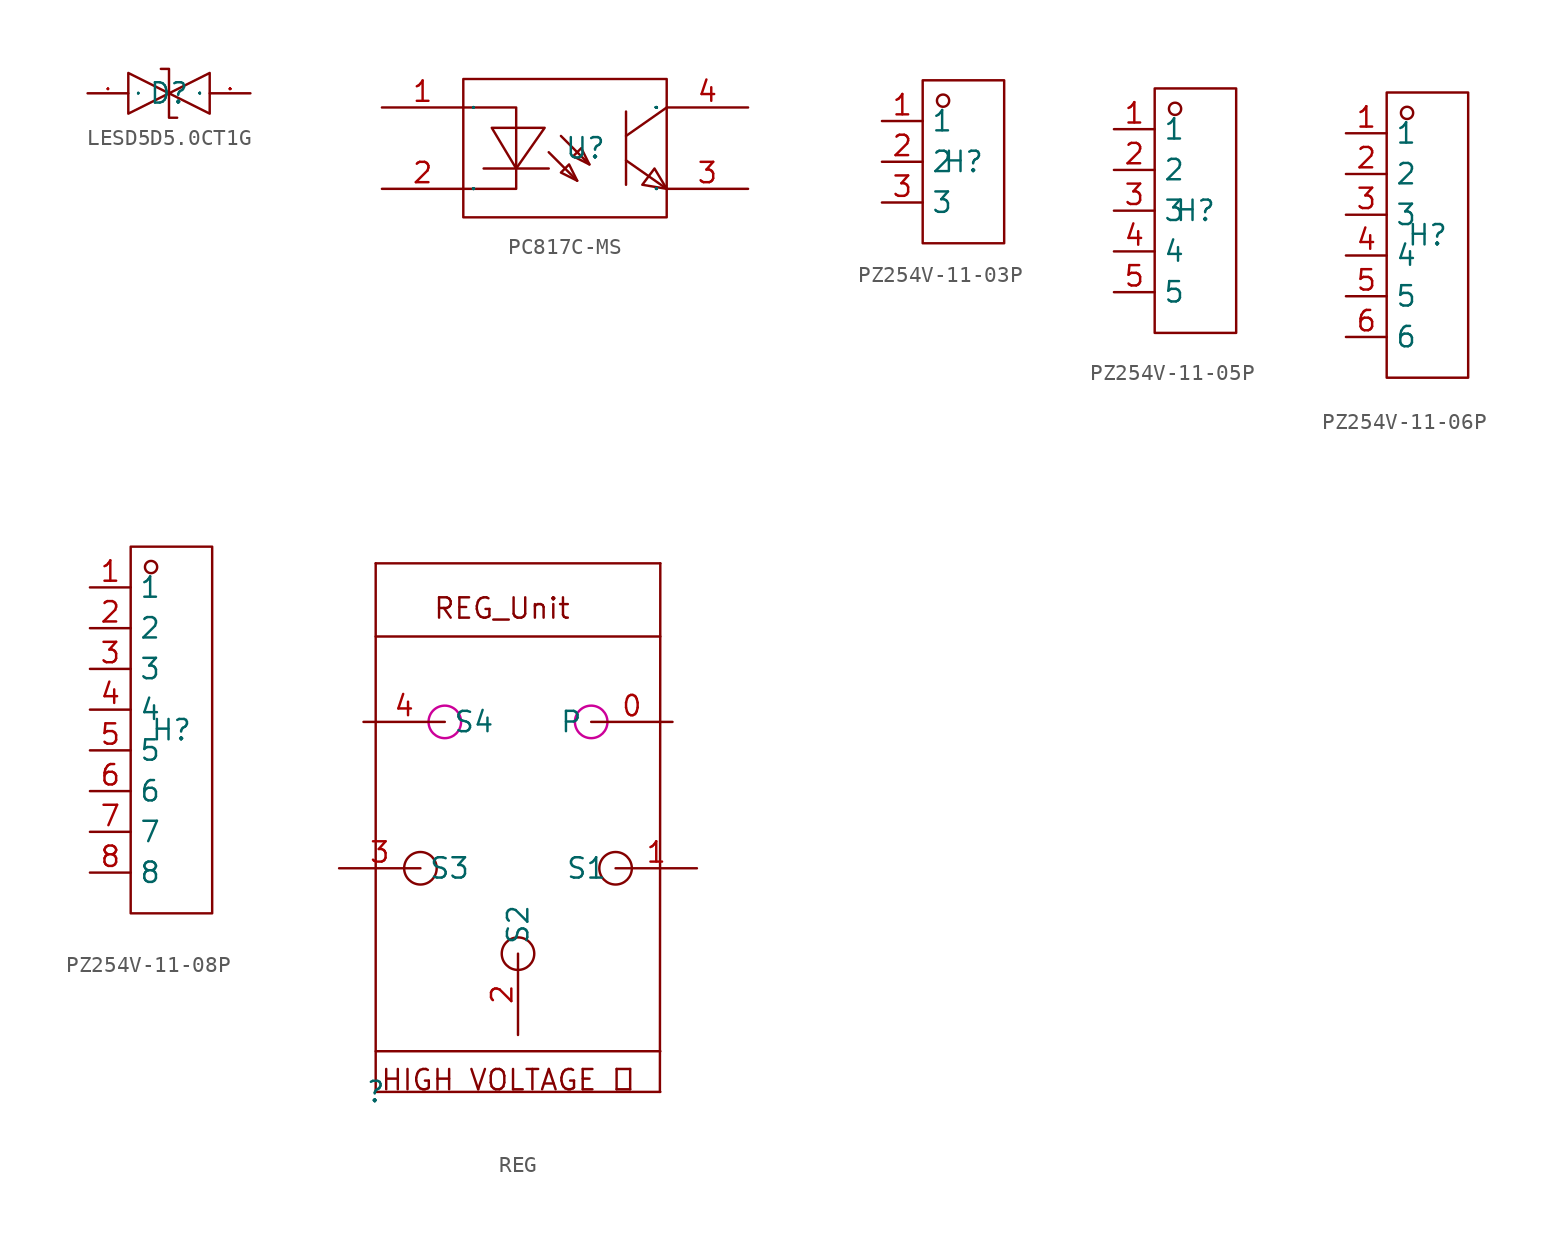
<source format=kicad_sym>
(kicad_symbol_lib
  (version 20231120)
  (generator "kicad_symbol_editor")
  (generator_version "8.0")
  (symbol "LESD5D5.0CT1G"
    (property "Reference" "D"
      (at 0 0 0)
      (effects (font (size 1.27 1.27))))
    (property "Value" ""
      (at 0 0 0)
      (effects (font (size 1.27 1.27))))
    (symbol "LESD5D5.0CT1G_1_0"
      (polyline (pts (xy -2.54 1.27) (xy 0 0) (xy 0 0) (xy -2.54 -1.27) (xy -2.54 -1.27) (xy -2.54 1.27)) (stroke (width 0) (type default)) (fill (type none)))
      (polyline (pts (xy 2.54 1.27) (xy 0 0) (xy 0 0) (xy 2.54 -1.27) (xy 2.54 -1.27) (xy 2.54 1.27)) (stroke (width 0) (type default)) (fill (type none)))
      (polyline (pts (xy -0.508 1.524) (xy -0.508 1.524) (xy -0.508 1.524) (xy 0 1.524) (xy 0 1.524) (xy 0 -1.524) (xy 0 -1.524) (xy 0.508 -1.524) (xy 0.508 -1.524) (xy 0.508 -1.524)) (stroke (width 0) (type default)) (fill (type none)))
      (pin input line (at -5.08 0 0) (length 2.54) (name "1" (effects (font (size 0.025 0.025)))) (number "1" (effects (font (size 0.025 0.025)))))
      (pin input line (at 5.08 0 180) (length 2.54) (name "2" (effects (font (size 0.025 0.025)))) (number "2" (effects (font (size 0.025 0.025)))))))
  (symbol "PC817C-MS"
    (property "Reference" "U"
      (at 0 0 0)
      (effects (font (size 1.27 1.27))))
    (property "Value" ""
      (at 0 0 0)
      (effects (font (size 1.27 1.27))))
    (symbol "PC817C-MS_1_0"
      (rectangle (start -7.62 -4.318) (end 5.08 4.318) (stroke (width 0) (type default)) (fill (type none)))
      (polyline (pts (xy -2.286 -1.27) (xy -6.35 -1.27)) (stroke (width 0) (type default)) (fill (type none)))
      (polyline (pts (xy -2.286 -0.254) (xy -0.508 -2.032)) (stroke (width 0) (type default)) (fill (type none)))
      (polyline (pts (xy -1.524 0.762) (xy 0.254 -1.016)) (stroke (width 0) (type default)) (fill (type none)))
      (polyline (pts (xy 2.54 -0.762) (xy 5.08 -2.54)) (stroke (width 0) (type default)) (fill (type none)))
      (polyline (pts (xy 2.54 2.286) (xy 2.54 -2.286)) (stroke (width 0) (type default)) (fill (type none)))
      (polyline (pts (xy 5.08 2.54) (xy 2.54 0.762)) (stroke (width 0) (type default)) (fill (type none)))
      (polyline (pts (xy -7.62 2.54) (xy -4.318 2.54) (xy -4.318 2.54) (xy -4.318 -2.54) (xy -4.318 -2.54) (xy -7.62 -2.54)) (stroke (width 0) (type default)) (fill (type none)))
      (polyline (pts (xy -5.842 1.27) (xy -4.318 -1.27) (xy -4.318 -1.27) (xy -2.54 1.27) (xy -2.54 1.27) (xy -5.842 1.27)) (stroke (width 0) (type default)) (fill (type none)))
      (polyline (pts (xy -0.508 -2.032) (xy -1.016 -1.016) (xy -1.016 -1.016) (xy -1.524 -1.524) (xy -1.524 -1.524) (xy -0.508 -2.032)) (stroke (width 0) (type default)) (fill (type none)))
      (polyline (pts (xy 0.254 -1.016) (xy -0.254 0) (xy -0.254 0) (xy -0.762 -0.508) (xy -0.762 -0.508) (xy 0.254 -1.016)) (stroke (width 0) (type default)) (fill (type none)))
      (polyline (pts (xy 5.08 -2.54) (xy 4.318 -1.27) (xy 4.318 -1.27) (xy 3.556 -2.286) (xy 3.556 -2.286) (xy 5.08 -2.54)) (stroke (width 0) (type default)) (fill (type none)))
      (pin input line (at -12.7 2.54 0) (length 5.08) (name "AN" (effects (font (size 0.025 0.025)))) (number "1" (effects (font (size 1.27 1.27)))))
      (pin input line (at -12.7 -2.54 0) (length 5.08) (name "CAT" (effects (font (size 0.025 0.025)))) (number "2" (effects (font (size 1.27 1.27)))))
      (pin input line (at 10.16 -2.54 180) (length 5.08) (name "EMI" (effects (font (size 0.025 0.025)))) (number "3" (effects (font (size 1.27 1.27)))))
      (pin input line (at 10.16 2.54 180) (length 5.08) (name "COL" (effects (font (size 0.025 0.025)))) (number "4" (effects (font (size 1.27 1.27)))))))
  (symbol "PZ254V-11-03P"
    (property "Reference" "H"
      (at 0 0 0)
      (effects (font (size 1.27 1.27))))
    (property "Value" ""
      (at 0 0 0)
      (effects (font (size 1.27 1.27))))
    (symbol "PZ254V-11-03P_1_0"
      (rectangle (start -2.54 -5.08) (end 2.54 5.08) (stroke (width 0) (type default)) (fill (type none)))
      (circle (center -1.27 3.81) (radius 0.381) (stroke (width 0) (type default)) (fill (type none)))
      (pin input line (at -5.08 2.54 0) (length 2.54) (name "1" (effects (font (size 1.27 1.27)))) (number "1" (effects (font (size 1.27 1.27)))))
      (pin input line (at -5.08 0 0) (length 2.54) (name "2" (effects (font (size 1.27 1.27)))) (number "2" (effects (font (size 1.27 1.27)))))
      (pin input line (at -5.08 -2.54 0) (length 2.54) (name "3" (effects (font (size 1.27 1.27)))) (number "3" (effects (font (size 1.27 1.27)))))))
  (symbol "PZ254V-11-05P"
    (property "Reference" "H"
      (at 0 0 0)
      (effects (font (size 1.27 1.27))))
    (property "Value" ""
      (at 0 0 0)
      (effects (font (size 1.27 1.27))))
    (symbol "PZ254V-11-05P_1_0"
      (rectangle (start -2.54 -7.62) (end 2.54 7.62) (stroke (width 0) (type default)) (fill (type none)))
      (circle (center -1.27 6.35) (radius 0.381) (stroke (width 0) (type default)) (fill (type none)))
      (pin unspecified line (at -5.08 5.08 0) (length 2.54) (name "1" (effects (font (size 1.27 1.27)))) (number "1" (effects (font (size 1.27 1.27)))))
      (pin unspecified line (at -5.08 2.54 0) (length 2.54) (name "2" (effects (font (size 1.27 1.27)))) (number "2" (effects (font (size 1.27 1.27)))))
      (pin unspecified line (at -5.08 0 0) (length 2.54) (name "3" (effects (font (size 1.27 1.27)))) (number "3" (effects (font (size 1.27 1.27)))))
      (pin unspecified line (at -5.08 -2.54 0) (length 2.54) (name "4" (effects (font (size 1.27 1.27)))) (number "4" (effects (font (size 1.27 1.27)))))
      (pin unspecified line (at -5.08 -5.08 0) (length 2.54) (name "5" (effects (font (size 1.27 1.27)))) (number "5" (effects (font (size 1.27 1.27)))))))
  (symbol "PZ254V-11-06P"
    (property "Reference" "H"
      (at 0 0 0)
      (effects (font (size 1.27 1.27))))
    (property "Value" ""
      (at 0 0 0)
      (effects (font (size 1.27 1.27))))
    (symbol "PZ254V-11-06P_1_0"
      (rectangle (start -2.54 -8.89) (end 2.54 8.89) (stroke (width 0) (type default)) (fill (type none)))
      (circle (center -1.27 7.62) (radius 0.381) (stroke (width 0) (type default)) (fill (type none)))
      (pin unspecified line (at -5.08 6.35 0) (length 2.54) (name "1" (effects (font (size 1.27 1.27)))) (number "1" (effects (font (size 1.27 1.27)))))
      (pin unspecified line (at -5.08 3.81 0) (length 2.54) (name "2" (effects (font (size 1.27 1.27)))) (number "2" (effects (font (size 1.27 1.27)))))
      (pin unspecified line (at -5.08 1.27 0) (length 2.54) (name "3" (effects (font (size 1.27 1.27)))) (number "3" (effects (font (size 1.27 1.27)))))
      (pin unspecified line (at -5.08 -1.27 0) (length 2.54) (name "4" (effects (font (size 1.27 1.27)))) (number "4" (effects (font (size 1.27 1.27)))))
      (pin unspecified line (at -5.08 -3.81 0) (length 2.54) (name "5" (effects (font (size 1.27 1.27)))) (number "5" (effects (font (size 1.27 1.27)))))
      (pin unspecified line (at -5.08 -6.35 0) (length 2.54) (name "6" (effects (font (size 1.27 1.27)))) (number "6" (effects (font (size 1.27 1.27)))))))
  (symbol "PZ254V-11-08P"
    (property "Reference" "H"
      (at 0 0 0)
      (effects (font (size 1.27 1.27))))
    (property "Value" ""
      (at 0 0 0)
      (effects (font (size 1.27 1.27))))
    (symbol "PZ254V-11-08P_1_0"
      (rectangle (start -2.54 -11.43) (end 2.54 11.43) (stroke (width 0) (type default)) (fill (type none)))
      (circle (center -1.27 10.16) (radius 0.381) (stroke (width 0) (type default)) (fill (type none)))
      (pin unspecified line (at -5.08 8.89 0) (length 2.54) (name "1" (effects (font (size 1.27 1.27)))) (number "1" (effects (font (size 1.27 1.27)))))
      (pin unspecified line (at -5.08 6.35 0) (length 2.54) (name "2" (effects (font (size 1.27 1.27)))) (number "2" (effects (font (size 1.27 1.27)))))
      (pin unspecified line (at -5.08 3.81 0) (length 2.54) (name "3" (effects (font (size 1.27 1.27)))) (number "3" (effects (font (size 1.27 1.27)))))
      (pin unspecified line (at -5.08 1.27 0) (length 2.54) (name "4" (effects (font (size 1.27 1.27)))) (number "4" (effects (font (size 1.27 1.27)))))
      (pin unspecified line (at -5.08 -1.27 0) (length 2.54) (name "5" (effects (font (size 1.27 1.27)))) (number "5" (effects (font (size 1.27 1.27)))))
      (pin unspecified line (at -5.08 -3.81 0) (length 2.54) (name "6" (effects (font (size 1.27 1.27)))) (number "6" (effects (font (size 1.27 1.27)))))
      (pin unspecified line (at -5.08 -6.35 0) (length 2.54) (name "7" (effects (font (size 1.27 1.27)))) (number "7" (effects (font (size 1.27 1.27)))))
      (pin unspecified line (at -5.08 -8.89 0) (length 2.54) (name "8" (effects (font (size 1.27 1.27)))) (number "8" (effects (font (size 1.27 1.27)))))))
  (symbol "REG"
    (property "Reference" ""
      (at 0 0 0)
      (effects (font (size 1.27 1.27))))
    (property "Value" ""
      (at 0 0 0)
      (effects (font (size 1.27 1.27))))
    (symbol "REG_1_0"
      (polyline (pts (xy 0 0) (xy 0 33.02)) (stroke (width 0) (type default)) (fill (type none)))
      (polyline (pts (xy 0 0) (xy 17.78 0)) (stroke (width 0) (type default)) (fill (type none)))
      (polyline (pts (xy 0 2.54) (xy 17.78 2.54)) (stroke (width 0) (type default)) (fill (type none)))
      (polyline (pts (xy 0 28.448) (xy 17.78 28.448)) (stroke (width 0) (type default)) (fill (type none)))
      (polyline (pts (xy 17.78 33.02) (xy 0 33.02)) (stroke (width 0) (type default)) (fill (type none)))
      (polyline (pts (xy 17.78 33.02) (xy 17.755 0)) (stroke (width 0) (type default)) (fill (type none)))
      (circle (center 2.794 13.97) (radius 1.016) (stroke (width 0) (type default)) (fill (type none)))
      (circle (center 4.318 23.114) (radius 1.016) (stroke (width 0) (type default) (color 204 0 153 1)) (fill (type none)))
      (circle (center 8.89 8.636) (radius 1.016) (stroke (width 0) (type default)) (fill (type none)))
      (circle (center 13.462 23.114) (radius 1.016) (stroke (width 0) (type default) (color 204 0 153 1)) (fill (type none)))
      (circle (center 14.986 13.97) (radius 1.016) (stroke (width 0) (type default)) (fill (type none)))
      (text "HIGH VOLTAGE ⚡" (at 0.254 0 0) (effects (font (size 1.27 1.27)) (justify left bottom)))
      (text "REG_Unit" (at 3.556 29.464 0) (effects (font (size 1.27 1.27)) (justify left bottom)))
      (pin input line (at 18.542 23.114 180) (length 5.08) (name "P" (effects (font (size 1.27 1.27)))) (number "0" (effects (font (size 1.27 1.27)))))
      (pin input line (at 20.066 13.97 180) (length 5.08) (name "S1" (effects (font (size 1.27 1.27)))) (number "1" (effects (font (size 1.27 1.27)))))
      (pin input line (at 8.89 3.556 90) (length 5.08) (name "S2" (effects (font (size 1.27 1.27)))) (number "2" (effects (font (size 1.27 1.27)))))
      (pin input line (at -2.286 13.97 0) (length 5.08) (name "S3" (effects (font (size 1.27 1.27)))) (number "3" (effects (font (size 1.27 1.27)))))
      (pin input line (at -0.762 23.114 0) (length 5.08) (name "S4" (effects (font (size 1.27 1.27)))) (number "4" (effects (font (size 1.27 1.27))))))))
</source>
